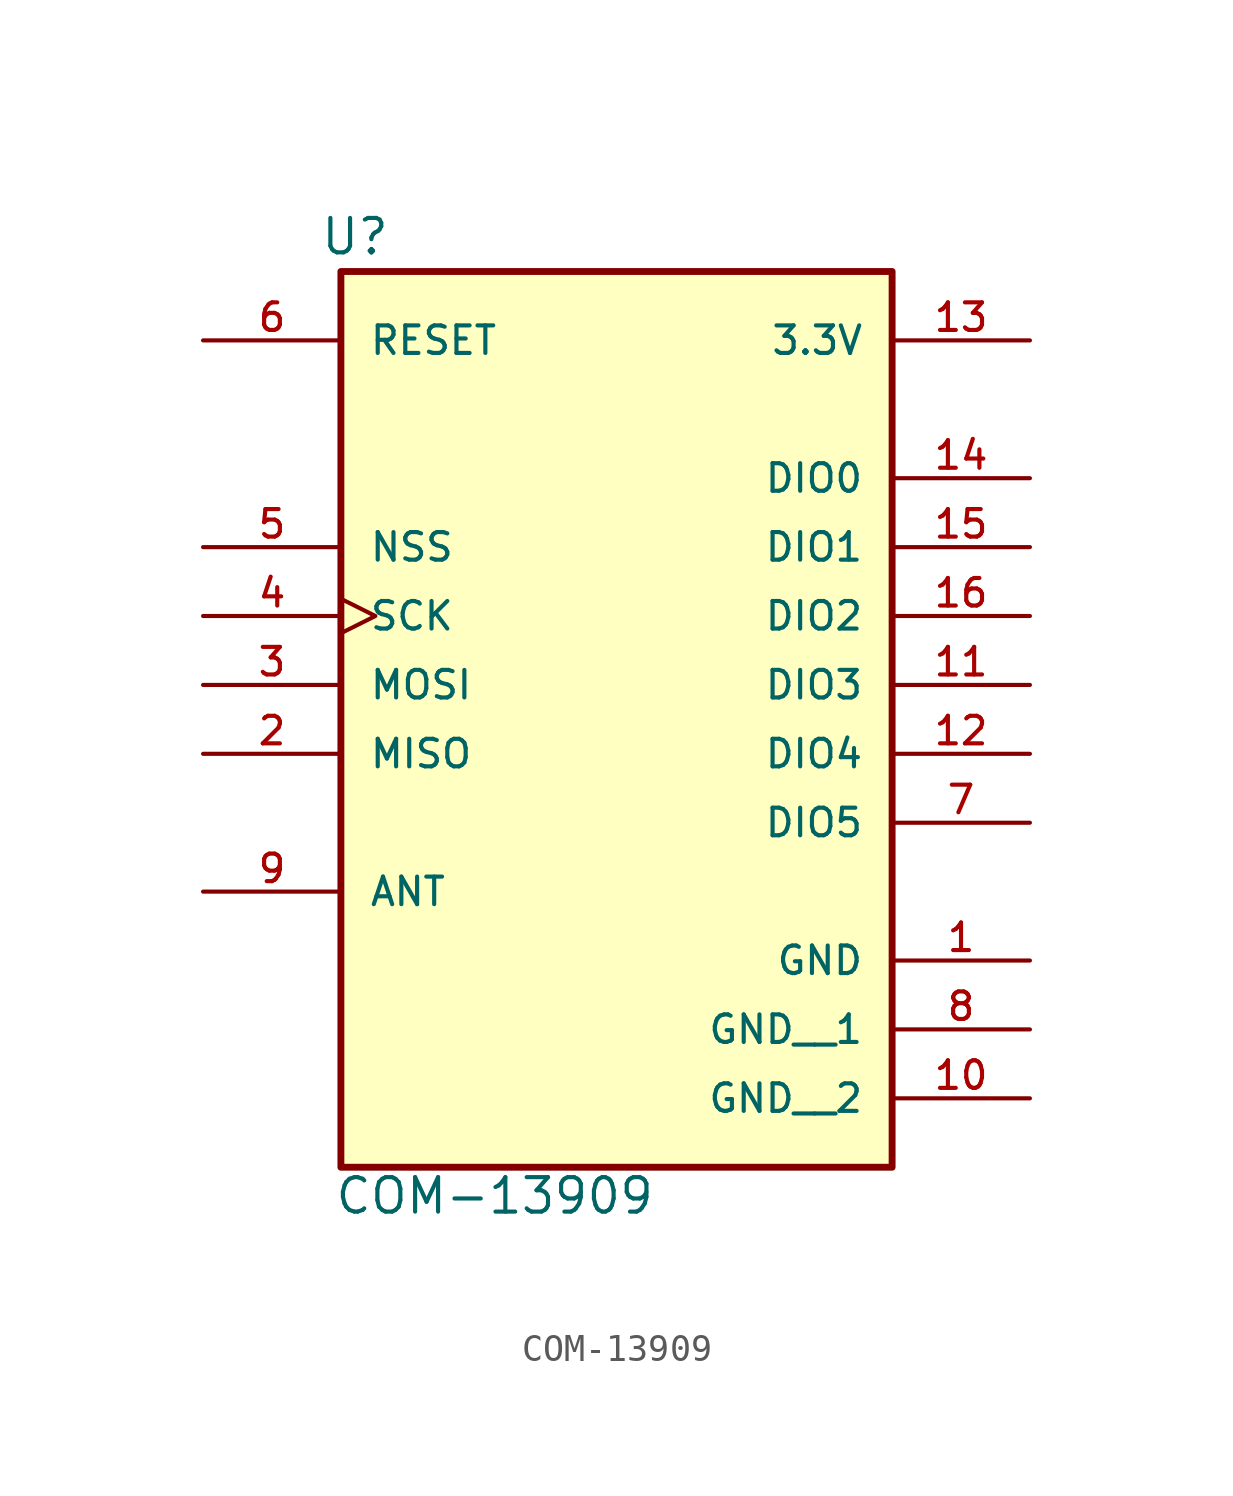
<source format=kicad_sym>
(kicad_symbol_lib
  (version 20211014)
  (generator kicad_symbol_editor)
  (symbol "COM-13909"
    (pin_names
      (offset 1.016))
    (property "Reference" "U"
      (at -10.95 13.242 0)
      (effects (font (size 1.27 1.27)) (justify bottom left)))
    (property "Value" "COM-13909"
      (at -10.427 -22.119 0)
      (effects (font (size 1.27 1.27)) (justify bottom left)))
    (symbol "COM-13909_0_0"
      (rectangle (start -10.16 -20.32) (end 10.16 12.7) (stroke (width 0.254)) (fill (type background)))
      (pin power_in line (at 15.24 -12.7 180.0) (length 5.08) (name "GND" (effects (font (size 1.016 1.016)))) (number "1" (effects (font (size 1.016 1.016)))))
      (pin bidirectional line (at 15.24 5.08 180.0) (length 5.08) (name "DIO0" (effects (font (size 1.016 1.016)))) (number "14" (effects (font (size 1.016 1.016)))))
      (pin bidirectional line (at -15.24 10.16 0) (length 5.08) (name "RESET" (effects (font (size 1.016 1.016)))) (number "6" (effects (font (size 1.016 1.016)))))
      (pin power_in line (at 15.24 10.16 180.0) (length 5.08) (name "3.3V" (effects (font (size 1.016 1.016)))) (number "13" (effects (font (size 1.016 1.016)))))
      (pin input line (at -15.24 -5.08 0) (length 5.08) (name "MISO" (effects (font (size 1.016 1.016)))) (number "2" (effects (font (size 1.016 1.016)))))
      (pin input line (at -15.24 2.54 0) (length 5.08) (name "NSS" (effects (font (size 1.016 1.016)))) (number "5" (effects (font (size 1.016 1.016)))))
      (pin input clock (at -15.24 0.0 0) (length 5.08) (name "SCK" (effects (font (size 1.016 1.016)))) (number "4" (effects (font (size 1.016 1.016)))))
      (pin bidirectional line (at -15.24 -10.16 0) (length 5.08) (name "ANT" (effects (font (size 1.016 1.016)))) (number "9" (effects (font (size 1.016 1.016)))))
      (pin bidirectional line (at 15.24 2.54 180.0) (length 5.08) (name "DIO1" (effects (font (size 1.016 1.016)))) (number "15" (effects (font (size 1.016 1.016)))))
      (pin bidirectional line (at 15.24 0.0 180.0) (length 5.08) (name "DIO2" (effects (font (size 1.016 1.016)))) (number "16" (effects (font (size 1.016 1.016)))))
      (pin bidirectional line (at 15.24 -2.54 180.0) (length 5.08) (name "DIO3" (effects (font (size 1.016 1.016)))) (number "11" (effects (font (size 1.016 1.016)))))
      (pin bidirectional line (at 15.24 -5.08 180.0) (length 5.08) (name "DIO4" (effects (font (size 1.016 1.016)))) (number "12" (effects (font (size 1.016 1.016)))))
      (pin output line (at -15.24 -2.54 0) (length 5.08) (name "MOSI" (effects (font (size 1.016 1.016)))) (number "3" (effects (font (size 1.016 1.016)))))
      (pin bidirectional line (at 15.24 -7.62 180.0) (length 5.08) (name "DIO5" (effects (font (size 1.016 1.016)))) (number "7" (effects (font (size 1.016 1.016)))))
      (pin power_in line (at 15.24 -15.24 180.0) (length 5.08) (name "GND__1" (effects (font (size 1.016 1.016)))) (number "8" (effects (font (size 1.016 1.016)))))
      (pin power_in line (at 15.24 -17.78 180.0) (length 5.08) (name "GND__2" (effects (font (size 1.016 1.016)))) (number "10" (effects (font (size 1.016 1.016))))))))
</source>
